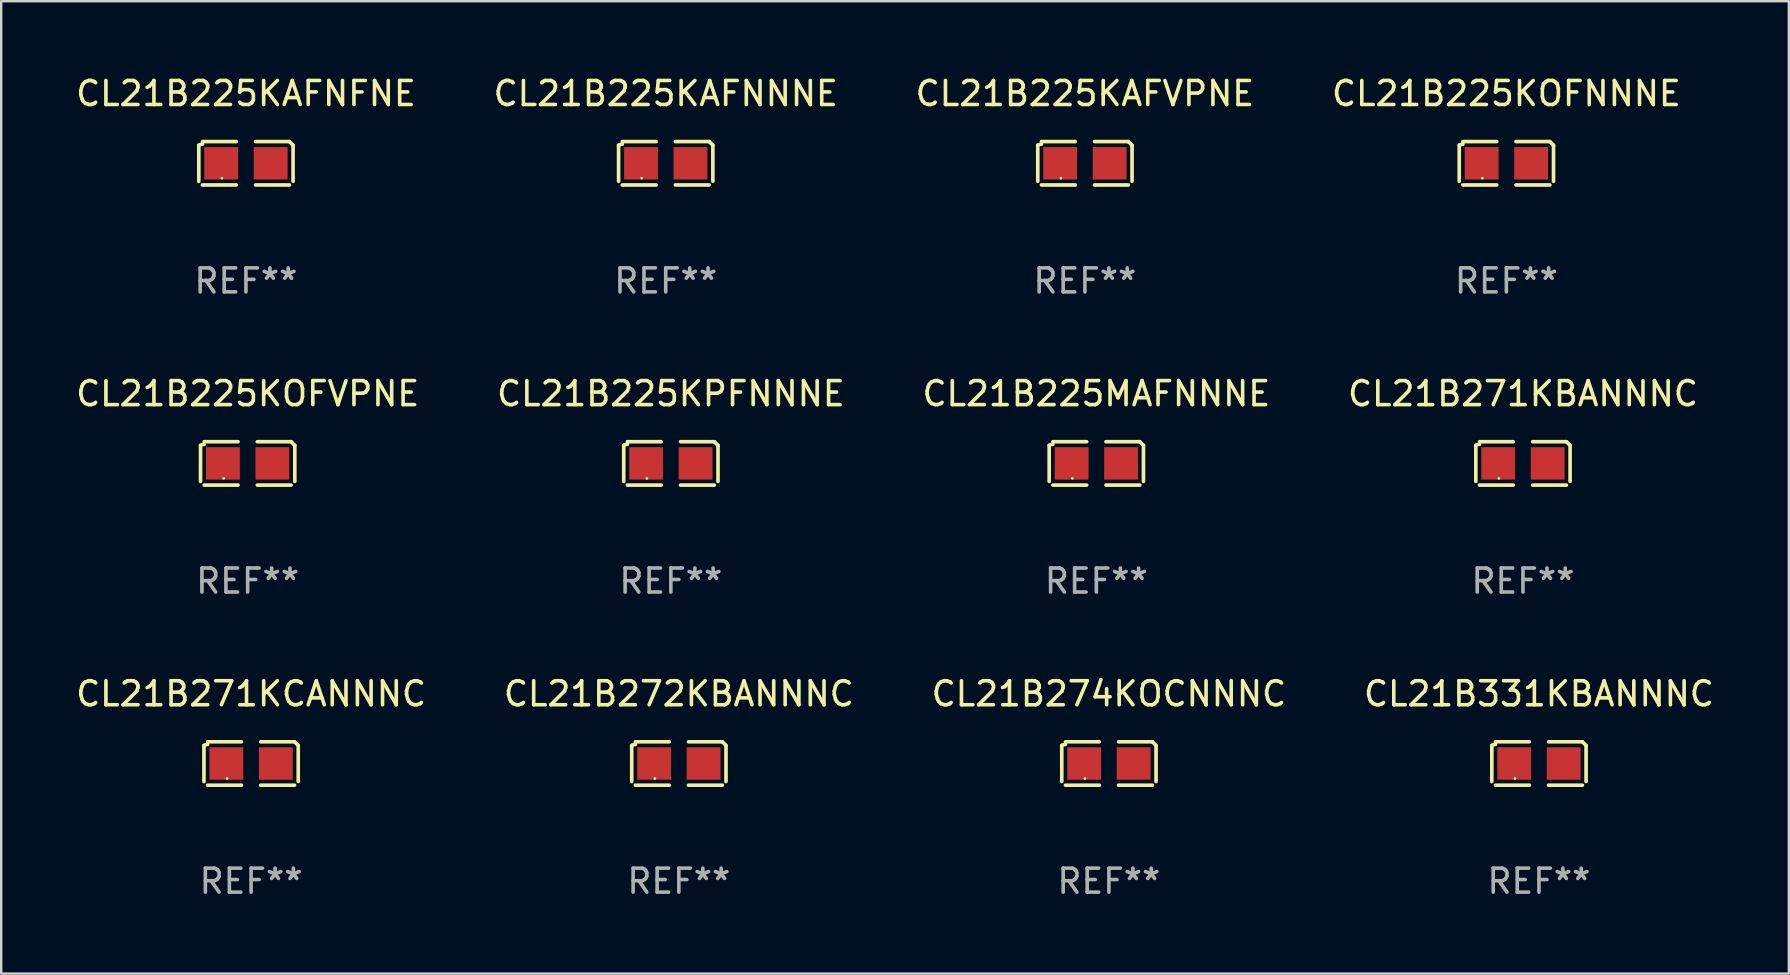
<source format=kicad_pcb>
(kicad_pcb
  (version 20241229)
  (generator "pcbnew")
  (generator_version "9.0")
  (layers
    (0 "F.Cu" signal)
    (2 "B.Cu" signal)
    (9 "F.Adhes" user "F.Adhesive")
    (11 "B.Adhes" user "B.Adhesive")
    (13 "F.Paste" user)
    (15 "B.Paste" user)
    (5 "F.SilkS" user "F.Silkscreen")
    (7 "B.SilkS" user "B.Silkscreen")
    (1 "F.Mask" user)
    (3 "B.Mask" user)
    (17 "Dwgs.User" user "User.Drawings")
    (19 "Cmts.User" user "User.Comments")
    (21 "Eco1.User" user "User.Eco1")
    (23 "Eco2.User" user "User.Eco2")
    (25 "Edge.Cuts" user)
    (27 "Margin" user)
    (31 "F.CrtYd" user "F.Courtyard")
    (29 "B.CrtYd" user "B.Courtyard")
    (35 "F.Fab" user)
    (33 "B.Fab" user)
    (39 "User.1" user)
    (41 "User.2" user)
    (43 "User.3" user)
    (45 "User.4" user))
  (footprint "CL21B225KAFVPNE"
    (layer "F.Cu")
    (at 42.149 3.752)
    (property "Reference" "CL21B225KAFVPNE" (at 0 -2.904 0) (layer "F.SilkS") (effects (font (size 1 1) (thickness 0.15))))
    (attr through_hole)
    (fp_line (start -1.964 0.751) (end -1.964 -0.751) (stroke (width 0.152) (type solid)) (layer "F.SilkS"))
    (fp_line (start -1.811 -0.904) (end -0.401 -0.904) (stroke (width 0.152) (type solid)) (layer "F.SilkS"))
    (fp_line (start -0.401 0.904) (end -1.811 0.904) (stroke (width 0.152) (type solid)) (layer "F.SilkS"))
    (fp_line (start 0.401 0.904) (end 1.811 0.904) (stroke (width 0.152) (type solid)) (layer "F.SilkS"))
    (fp_line (start 1.811 -0.904) (end 0.401 -0.904) (stroke (width 0.152) (type solid)) (layer "F.SilkS"))
    (fp_line (start 1.964 0.751) (end 1.964 -0.751) (stroke (width 0.152) (type solid)) (layer "F.SilkS"))
    (fp_arc (start -1.963602 -0.751207) (mid -1.890354 -0.783131) (end -1.811201 -0.794044) (stroke (width 0.1524) (type solid)) (layer "F.SilkS"))
    (fp_arc (start 1.811202 -0.903607) (mid 1.887413 -0.827418) (end 1.963602 -0.751207) (stroke (width 0.1524) (type solid)) (layer "F.SilkS"))
    (fp_circle (center -1 0.625) (end -0.97 0.625) (stroke (width 0.06) (type solid)) (fill no) (layer "F.SilkS"))
    (fp_text user "REF**" (at 0 4.904 0) (layer "F.Fab") (effects (font (size 1 1) (thickness 0.15))))
    (pad "1" smd rect (at -1.03 0) (size 1.41 1.35) (layers "F.Cu" "F.Mask" "F.Paste"))
    (pad "2" smd rect (at 1.03 0) (size 1.41 1.35) (layers "F.Cu" "F.Mask" "F.Paste")))
  (footprint "CL21B225MAFNNNE"
    (layer "F.Cu")
    (at 42.625 16.256)
    (property "Reference" "CL21B225MAFNNNE" (at 0 -2.904 0) (layer "F.SilkS") (effects (font (size 1 1) (thickness 0.15))))
    (attr through_hole)
    (fp_line (start -1.964 0.751) (end -1.964 -0.751) (stroke (width 0.152) (type solid)) (layer "F.SilkS"))
    (fp_line (start -1.811 -0.904) (end -0.401 -0.904) (stroke (width 0.152) (type solid)) (layer "F.SilkS"))
    (fp_line (start -0.401 0.904) (end -1.811 0.904) (stroke (width 0.152) (type solid)) (layer "F.SilkS"))
    (fp_line (start 0.401 0.904) (end 1.811 0.904) (stroke (width 0.152) (type solid)) (layer "F.SilkS"))
    (fp_line (start 1.811 -0.904) (end 0.401 -0.904) (stroke (width 0.152) (type solid)) (layer "F.SilkS"))
    (fp_line (start 1.964 0.751) (end 1.964 -0.751) (stroke (width 0.152) (type solid)) (layer "F.SilkS"))
    (fp_arc (start -1.963602 -0.751207) (mid -1.890354 -0.783131) (end -1.811201 -0.794044) (stroke (width 0.1524) (type solid)) (layer "F.SilkS"))
    (fp_arc (start 1.811202 -0.903607) (mid 1.887413 -0.827418) (end 1.963602 -0.751207) (stroke (width 0.1524) (type solid)) (layer "F.SilkS"))
    (fp_circle (center -1 0.625) (end -0.97 0.625) (stroke (width 0.06) (type solid)) (fill no) (layer "F.SilkS"))
    (fp_text user "REF**" (at 0 4.904 0) (layer "F.Fab") (effects (font (size 1 1) (thickness 0.15))))
    (pad "1" smd rect (at -1.03 0) (size 1.41 1.35) (layers "F.Cu" "F.Mask" "F.Paste"))
    (pad "2" smd rect (at 1.03 0) (size 1.41 1.35) (layers "F.Cu" "F.Mask" "F.Paste")))
  (footprint "CL21B271KBANNNC"
    (layer "F.Cu")
    (at 60.399 16.256)
    (property "Reference" "CL21B271KBANNNC" (at 0 -2.904 0) (layer "F.SilkS") (effects (font (size 1 1) (thickness 0.15))))
    (attr through_hole)
    (fp_line (start -1.964 0.751) (end -1.964 -0.751) (stroke (width 0.152) (type solid)) (layer "F.SilkS"))
    (fp_line (start -1.811 -0.904) (end -0.401 -0.904) (stroke (width 0.152) (type solid)) (layer "F.SilkS"))
    (fp_line (start -0.401 0.904) (end -1.811 0.904) (stroke (width 0.152) (type solid)) (layer "F.SilkS"))
    (fp_line (start 0.401 0.904) (end 1.811 0.904) (stroke (width 0.152) (type solid)) (layer "F.SilkS"))
    (fp_line (start 1.811 -0.904) (end 0.401 -0.904) (stroke (width 0.152) (type solid)) (layer "F.SilkS"))
    (fp_line (start 1.964 0.751) (end 1.964 -0.751) (stroke (width 0.152) (type solid)) (layer "F.SilkS"))
    (fp_arc (start -1.963602 -0.751207) (mid -1.890354 -0.783131) (end -1.811201 -0.794044) (stroke (width 0.1524) (type solid)) (layer "F.SilkS"))
    (fp_arc (start 1.811202 -0.903607) (mid 1.887413 -0.827418) (end 1.963602 -0.751207) (stroke (width 0.1524) (type solid)) (layer "F.SilkS"))
    (fp_circle (center -1 0.625) (end -0.97 0.625) (stroke (width 0.06) (type solid)) (fill no) (layer "F.SilkS"))
    (fp_text user "REF**" (at 0 4.904 0) (layer "F.Fab") (effects (font (size 1 1) (thickness 0.15))))
    (pad "1" smd rect (at -1.03 0) (size 1.41 1.35) (layers "F.Cu" "F.Mask" "F.Paste"))
    (pad "2" smd rect (at 1.03 0) (size 1.41 1.35) (layers "F.Cu" "F.Mask" "F.Paste")))
  (footprint "CL21B225KAFNNNE"
    (layer "F.Cu")
    (at 24.685 3.752)
    (property "Reference" "CL21B225KAFNNNE" (at 0 -2.904 0) (layer "F.SilkS") (effects (font (size 1 1) (thickness 0.15))))
    (attr through_hole)
    (fp_line (start -1.964 0.751) (end -1.964 -0.751) (stroke (width 0.152) (type solid)) (layer "F.SilkS"))
    (fp_line (start -1.811 -0.904) (end -0.401 -0.904) (stroke (width 0.152) (type solid)) (layer "F.SilkS"))
    (fp_line (start -0.401 0.904) (end -1.811 0.904) (stroke (width 0.152) (type solid)) (layer "F.SilkS"))
    (fp_line (start 0.401 0.904) (end 1.811 0.904) (stroke (width 0.152) (type solid)) (layer "F.SilkS"))
    (fp_line (start 1.811 -0.904) (end 0.401 -0.904) (stroke (width 0.152) (type solid)) (layer "F.SilkS"))
    (fp_line (start 1.964 0.751) (end 1.964 -0.751) (stroke (width 0.152) (type solid)) (layer "F.SilkS"))
    (fp_arc (start -1.963602 -0.751207) (mid -1.890354 -0.783131) (end -1.811201 -0.794044) (stroke (width 0.1524) (type solid)) (layer "F.SilkS"))
    (fp_arc (start 1.811202 -0.903607) (mid 1.887413 -0.827418) (end 1.963602 -0.751207) (stroke (width 0.1524) (type solid)) (layer "F.SilkS"))
    (fp_circle (center -1 0.625) (end -0.97 0.625) (stroke (width 0.06) (type solid)) (fill no) (layer "F.SilkS"))
    (fp_text user "REF**" (at 0 4.904 0) (layer "F.Fab") (effects (font (size 1 1) (thickness 0.15))))
    (pad "1" smd rect (at -1.03 0) (size 1.41 1.35) (layers "F.Cu" "F.Mask" "F.Paste"))
    (pad "2" smd rect (at 1.03 0) (size 1.41 1.35) (layers "F.Cu" "F.Mask" "F.Paste")))
  (footprint "CL21B225KOFNNNE"
    (layer "F.Cu")
    (at 59.708 3.752)
    (property "Reference" "CL21B225KOFNNNE" (at 0 -2.904 0) (layer "F.SilkS") (effects (font (size 1 1) (thickness 0.15))))
    (attr through_hole)
    (fp_line (start -1.964 0.751) (end -1.964 -0.751) (stroke (width 0.152) (type solid)) (layer "F.SilkS"))
    (fp_line (start -1.811 -0.904) (end -0.401 -0.904) (stroke (width 0.152) (type solid)) (layer "F.SilkS"))
    (fp_line (start -0.401 0.904) (end -1.811 0.904) (stroke (width 0.152) (type solid)) (layer "F.SilkS"))
    (fp_line (start 0.401 0.904) (end 1.811 0.904) (stroke (width 0.152) (type solid)) (layer "F.SilkS"))
    (fp_line (start 1.811 -0.904) (end 0.401 -0.904) (stroke (width 0.152) (type solid)) (layer "F.SilkS"))
    (fp_line (start 1.964 0.751) (end 1.964 -0.751) (stroke (width 0.152) (type solid)) (layer "F.SilkS"))
    (fp_arc (start -1.963602 -0.751207) (mid -1.890354 -0.783131) (end -1.811201 -0.794044) (stroke (width 0.1524) (type solid)) (layer "F.SilkS"))
    (fp_arc (start 1.811202 -0.903607) (mid 1.887413 -0.827418) (end 1.963602 -0.751207) (stroke (width 0.1524) (type solid)) (layer "F.SilkS"))
    (fp_circle (center -1 0.625) (end -0.97 0.625) (stroke (width 0.06) (type solid)) (fill no) (layer "F.SilkS"))
    (fp_text user "REF**" (at 0 4.904 0) (layer "F.Fab") (effects (font (size 1 1) (thickness 0.15))))
    (pad "1" smd rect (at -1.03 0) (size 1.41 1.35) (layers "F.Cu" "F.Mask" "F.Paste"))
    (pad "2" smd rect (at 1.03 0) (size 1.41 1.35) (layers "F.Cu" "F.Mask" "F.Paste")))
  (footprint "CL21B271KCANNNC"
    (layer "F.Cu")
    (at 7.411 28.759)
    (property "Reference" "CL21B271KCANNNC" (at 0 -2.904 0) (layer "F.SilkS") (effects (font (size 1 1) (thickness 0.15))))
    (attr through_hole)
    (fp_line (start -1.964 0.751) (end -1.964 -0.751) (stroke (width 0.152) (type solid)) (layer "F.SilkS"))
    (fp_line (start -1.811 -0.904) (end -0.401 -0.904) (stroke (width 0.152) (type solid)) (layer "F.SilkS"))
    (fp_line (start -0.401 0.904) (end -1.811 0.904) (stroke (width 0.152) (type solid)) (layer "F.SilkS"))
    (fp_line (start 0.401 0.904) (end 1.811 0.904) (stroke (width 0.152) (type solid)) (layer "F.SilkS"))
    (fp_line (start 1.811 -0.904) (end 0.401 -0.904) (stroke (width 0.152) (type solid)) (layer "F.SilkS"))
    (fp_line (start 1.964 0.751) (end 1.964 -0.751) (stroke (width 0.152) (type solid)) (layer "F.SilkS"))
    (fp_arc (start -1.963602 -0.751207) (mid -1.890354 -0.783131) (end -1.811201 -0.794044) (stroke (width 0.1524) (type solid)) (layer "F.SilkS"))
    (fp_arc (start 1.811202 -0.903607) (mid 1.887413 -0.827418) (end 1.963602 -0.751207) (stroke (width 0.1524) (type solid)) (layer "F.SilkS"))
    (fp_circle (center -1 0.625) (end -0.97 0.625) (stroke (width 0.06) (type solid)) (fill no) (layer "F.SilkS"))
    (fp_text user "REF**" (at 0 4.904 0) (layer "F.Fab") (effects (font (size 1 1) (thickness 0.15))))
    (pad "1" smd rect (at -1.03 0) (size 1.41 1.35) (layers "F.Cu" "F.Mask" "F.Paste"))
    (pad "2" smd rect (at 1.03 0) (size 1.41 1.35) (layers "F.Cu" "F.Mask" "F.Paste")))
  (footprint "CL21B331KBANNNC"
    (layer "F.Cu")
    (at 61.065 28.759)
    (property "Reference" "CL21B331KBANNNC" (at 0 -2.904 0) (layer "F.SilkS") (effects (font (size 1 1) (thickness 0.15))))
    (attr through_hole)
    (fp_line (start -1.964 0.751) (end -1.964 -0.751) (stroke (width 0.152) (type solid)) (layer "F.SilkS"))
    (fp_line (start -1.811 -0.904) (end -0.401 -0.904) (stroke (width 0.152) (type solid)) (layer "F.SilkS"))
    (fp_line (start -0.401 0.904) (end -1.811 0.904) (stroke (width 0.152) (type solid)) (layer "F.SilkS"))
    (fp_line (start 0.401 0.904) (end 1.811 0.904) (stroke (width 0.152) (type solid)) (layer "F.SilkS"))
    (fp_line (start 1.811 -0.904) (end 0.401 -0.904) (stroke (width 0.152) (type solid)) (layer "F.SilkS"))
    (fp_line (start 1.964 0.751) (end 1.964 -0.751) (stroke (width 0.152) (type solid)) (layer "F.SilkS"))
    (fp_arc (start -1.963602 -0.751207) (mid -1.890354 -0.783131) (end -1.811201 -0.794044) (stroke (width 0.1524) (type solid)) (layer "F.SilkS"))
    (fp_arc (start 1.811202 -0.903607) (mid 1.887413 -0.827418) (end 1.963602 -0.751207) (stroke (width 0.1524) (type solid)) (layer "F.SilkS"))
    (fp_circle (center -1 0.625) (end -0.97 0.625) (stroke (width 0.06) (type solid)) (fill no) (layer "F.SilkS"))
    (fp_text user "REF**" (at 0 4.904 0) (layer "F.Fab") (effects (font (size 1 1) (thickness 0.15))))
    (pad "1" smd rect (at -1.03 0) (size 1.41 1.35) (layers "F.Cu" "F.Mask" "F.Paste"))
    (pad "2" smd rect (at 1.03 0) (size 1.41 1.35) (layers "F.Cu" "F.Mask" "F.Paste")))
  (footprint "CL21B274KOCNNNC"
    (layer "F.Cu")
    (at 43.149 28.759)
    (property "Reference" "CL21B274KOCNNNC" (at 0 -2.904 0) (layer "F.SilkS") (effects (font (size 1 1) (thickness 0.15))))
    (attr through_hole)
    (fp_line (start -1.964 0.751) (end -1.964 -0.751) (stroke (width 0.152) (type solid)) (layer "F.SilkS"))
    (fp_line (start -1.811 -0.904) (end -0.401 -0.904) (stroke (width 0.152) (type solid)) (layer "F.SilkS"))
    (fp_line (start -0.401 0.904) (end -1.811 0.904) (stroke (width 0.152) (type solid)) (layer "F.SilkS"))
    (fp_line (start 0.401 0.904) (end 1.811 0.904) (stroke (width 0.152) (type solid)) (layer "F.SilkS"))
    (fp_line (start 1.811 -0.904) (end 0.401 -0.904) (stroke (width 0.152) (type solid)) (layer "F.SilkS"))
    (fp_line (start 1.964 0.751) (end 1.964 -0.751) (stroke (width 0.152) (type solid)) (layer "F.SilkS"))
    (fp_arc (start -1.963602 -0.751207) (mid -1.890354 -0.783131) (end -1.811201 -0.794044) (stroke (width 0.1524) (type solid)) (layer "F.SilkS"))
    (fp_arc (start 1.811202 -0.903607) (mid 1.887413 -0.827418) (end 1.963602 -0.751207) (stroke (width 0.1524) (type solid)) (layer "F.SilkS"))
    (fp_circle (center -1 0.625) (end -0.97 0.625) (stroke (width 0.06) (type solid)) (fill no) (layer "F.SilkS"))
    (fp_text user "REF**" (at 0 4.904 0) (layer "F.Fab") (effects (font (size 1 1) (thickness 0.15))))
    (pad "1" smd rect (at -1.03 0) (size 1.41 1.35) (layers "F.Cu" "F.Mask" "F.Paste"))
    (pad "2" smd rect (at 1.03 0) (size 1.41 1.35) (layers "F.Cu" "F.Mask" "F.Paste")))
  (footprint "CL21B225KAFNFNE"
    (layer "F.Cu")
    (at 7.196 3.752)
    (property "Reference" "CL21B225KAFNFNE" (at 0 -2.904 0) (layer "F.SilkS") (effects (font (size 1 1) (thickness 0.15))))
    (attr through_hole)
    (fp_line (start -1.964 0.751) (end -1.964 -0.751) (stroke (width 0.152) (type solid)) (layer "F.SilkS"))
    (fp_line (start -1.811 -0.904) (end -0.401 -0.904) (stroke (width 0.152) (type solid)) (layer "F.SilkS"))
    (fp_line (start -0.401 0.904) (end -1.811 0.904) (stroke (width 0.152) (type solid)) (layer "F.SilkS"))
    (fp_line (start 0.401 0.904) (end 1.811 0.904) (stroke (width 0.152) (type solid)) (layer "F.SilkS"))
    (fp_line (start 1.811 -0.904) (end 0.401 -0.904) (stroke (width 0.152) (type solid)) (layer "F.SilkS"))
    (fp_line (start 1.964 0.751) (end 1.964 -0.751) (stroke (width 0.152) (type solid)) (layer "F.SilkS"))
    (fp_arc (start -1.963602 -0.751207) (mid -1.890354 -0.783131) (end -1.811201 -0.794044) (stroke (width 0.1524) (type solid)) (layer "F.SilkS"))
    (fp_arc (start 1.811202 -0.903607) (mid 1.887413 -0.827418) (end 1.963602 -0.751207) (stroke (width 0.1524) (type solid)) (layer "F.SilkS"))
    (fp_circle (center -1 0.625) (end -0.97 0.625) (stroke (width 0.06) (type solid)) (fill no) (layer "F.SilkS"))
    (fp_text user "REF**" (at 0 4.904 0) (layer "F.Fab") (effects (font (size 1 1) (thickness 0.15))))
    (pad "1" smd rect (at -1.03 0) (size 1.41 1.35) (layers "F.Cu" "F.Mask" "F.Paste"))
    (pad "2" smd rect (at 1.03 0) (size 1.41 1.35) (layers "F.Cu" "F.Mask" "F.Paste")))
  (footprint "CL21B225KPFNNNE"
    (layer "F.Cu")
    (at 24.899 16.256)
    (property "Reference" "CL21B225KPFNNNE" (at 0 -2.904 0) (layer "F.SilkS") (effects (font (size 1 1) (thickness 0.15))))
    (attr through_hole)
    (fp_line (start -1.964 0.751) (end -1.964 -0.751) (stroke (width 0.152) (type solid)) (layer "F.SilkS"))
    (fp_line (start -1.811 -0.904) (end -0.401 -0.904) (stroke (width 0.152) (type solid)) (layer "F.SilkS"))
    (fp_line (start -0.401 0.904) (end -1.811 0.904) (stroke (width 0.152) (type solid)) (layer "F.SilkS"))
    (fp_line (start 0.401 0.904) (end 1.811 0.904) (stroke (width 0.152) (type solid)) (layer "F.SilkS"))
    (fp_line (start 1.811 -0.904) (end 0.401 -0.904) (stroke (width 0.152) (type solid)) (layer "F.SilkS"))
    (fp_line (start 1.964 0.751) (end 1.964 -0.751) (stroke (width 0.152) (type solid)) (layer "F.SilkS"))
    (fp_arc (start -1.963602 -0.751207) (mid -1.890354 -0.783131) (end -1.811201 -0.794044) (stroke (width 0.1524) (type solid)) (layer "F.SilkS"))
    (fp_arc (start 1.811202 -0.903607) (mid 1.887413 -0.827418) (end 1.963602 -0.751207) (stroke (width 0.1524) (type solid)) (layer "F.SilkS"))
    (fp_circle (center -1 0.625) (end -0.97 0.625) (stroke (width 0.06) (type solid)) (fill no) (layer "F.SilkS"))
    (fp_text user "REF**" (at 0 4.904 0) (layer "F.Fab") (effects (font (size 1 1) (thickness 0.15))))
    (pad "1" smd rect (at -1.03 0) (size 1.41 1.35) (layers "F.Cu" "F.Mask" "F.Paste"))
    (pad "2" smd rect (at 1.03 0) (size 1.41 1.35) (layers "F.Cu" "F.Mask" "F.Paste")))
  (footprint "CL21B225KOFVPNE"
    (layer "F.Cu")
    (at 7.268 16.256)
    (property "Reference" "CL21B225KOFVPNE" (at 0 -2.904 0) (layer "F.SilkS") (effects (font (size 1 1) (thickness 0.15))))
    (attr through_hole)
    (fp_line (start -1.964 0.751) (end -1.964 -0.751) (stroke (width 0.152) (type solid)) (layer "F.SilkS"))
    (fp_line (start -1.811 -0.904) (end -0.401 -0.904) (stroke (width 0.152) (type solid)) (layer "F.SilkS"))
    (fp_line (start -0.401 0.904) (end -1.811 0.904) (stroke (width 0.152) (type solid)) (layer "F.SilkS"))
    (fp_line (start 0.401 0.904) (end 1.811 0.904) (stroke (width 0.152) (type solid)) (layer "F.SilkS"))
    (fp_line (start 1.811 -0.904) (end 0.401 -0.904) (stroke (width 0.152) (type solid)) (layer "F.SilkS"))
    (fp_line (start 1.964 0.751) (end 1.964 -0.751) (stroke (width 0.152) (type solid)) (layer "F.SilkS"))
    (fp_arc (start -1.963602 -0.751207) (mid -1.890354 -0.783131) (end -1.811201 -0.794044) (stroke (width 0.1524) (type solid)) (layer "F.SilkS"))
    (fp_arc (start 1.811202 -0.903607) (mid 1.887413 -0.827418) (end 1.963602 -0.751207) (stroke (width 0.1524) (type solid)) (layer "F.SilkS"))
    (fp_circle (center -1 0.625) (end -0.97 0.625) (stroke (width 0.06) (type solid)) (fill no) (layer "F.SilkS"))
    (fp_text user "REF**" (at 0 4.904 0) (layer "F.Fab") (effects (font (size 1 1) (thickness 0.15))))
    (pad "1" smd rect (at -1.03 0) (size 1.41 1.35) (layers "F.Cu" "F.Mask" "F.Paste"))
    (pad "2" smd rect (at 1.03 0) (size 1.41 1.35) (layers "F.Cu" "F.Mask" "F.Paste")))
  (footprint "CL21B272KBANNNC"
    (layer "F.Cu")
    (at 25.232 28.759)
    (property "Reference" "CL21B272KBANNNC" (at 0 -2.904 0) (layer "F.SilkS") (effects (font (size 1 1) (thickness 0.15))))
    (attr through_hole)
    (fp_line (start -1.964 0.751) (end -1.964 -0.751) (stroke (width 0.152) (type solid)) (layer "F.SilkS"))
    (fp_line (start -1.811 -0.904) (end -0.401 -0.904) (stroke (width 0.152) (type solid)) (layer "F.SilkS"))
    (fp_line (start -0.401 0.904) (end -1.811 0.904) (stroke (width 0.152) (type solid)) (layer "F.SilkS"))
    (fp_line (start 0.401 0.904) (end 1.811 0.904) (stroke (width 0.152) (type solid)) (layer "F.SilkS"))
    (fp_line (start 1.811 -0.904) (end 0.401 -0.904) (stroke (width 0.152) (type solid)) (layer "F.SilkS"))
    (fp_line (start 1.964 0.751) (end 1.964 -0.751) (stroke (width 0.152) (type solid)) (layer "F.SilkS"))
    (fp_arc (start -1.963602 -0.751207) (mid -1.890354 -0.783131) (end -1.811201 -0.794044) (stroke (width 0.1524) (type solid)) (layer "F.SilkS"))
    (fp_arc (start 1.811202 -0.903607) (mid 1.887413 -0.827418) (end 1.963602 -0.751207) (stroke (width 0.1524) (type solid)) (layer "F.SilkS"))
    (fp_circle (center -1 0.625) (end -0.97 0.625) (stroke (width 0.06) (type solid)) (fill no) (layer "F.SilkS"))
    (fp_text user "REF**" (at 0 4.904 0) (layer "F.Fab") (effects (font (size 1 1) (thickness 0.15))))
    (pad "1" smd rect (at -1.03 0) (size 1.41 1.35) (layers "F.Cu" "F.Mask" "F.Paste"))
    (pad "2" smd rect (at 1.03 0) (size 1.41 1.35) (layers "F.Cu" "F.Mask" "F.Paste")))
  (gr_rect
    (start -3 -3)
    (end 71.476 37.511)
    (stroke (width 0.1) (type default))
    (fill no)
    (layer "Edge.Cuts")))
</source>
